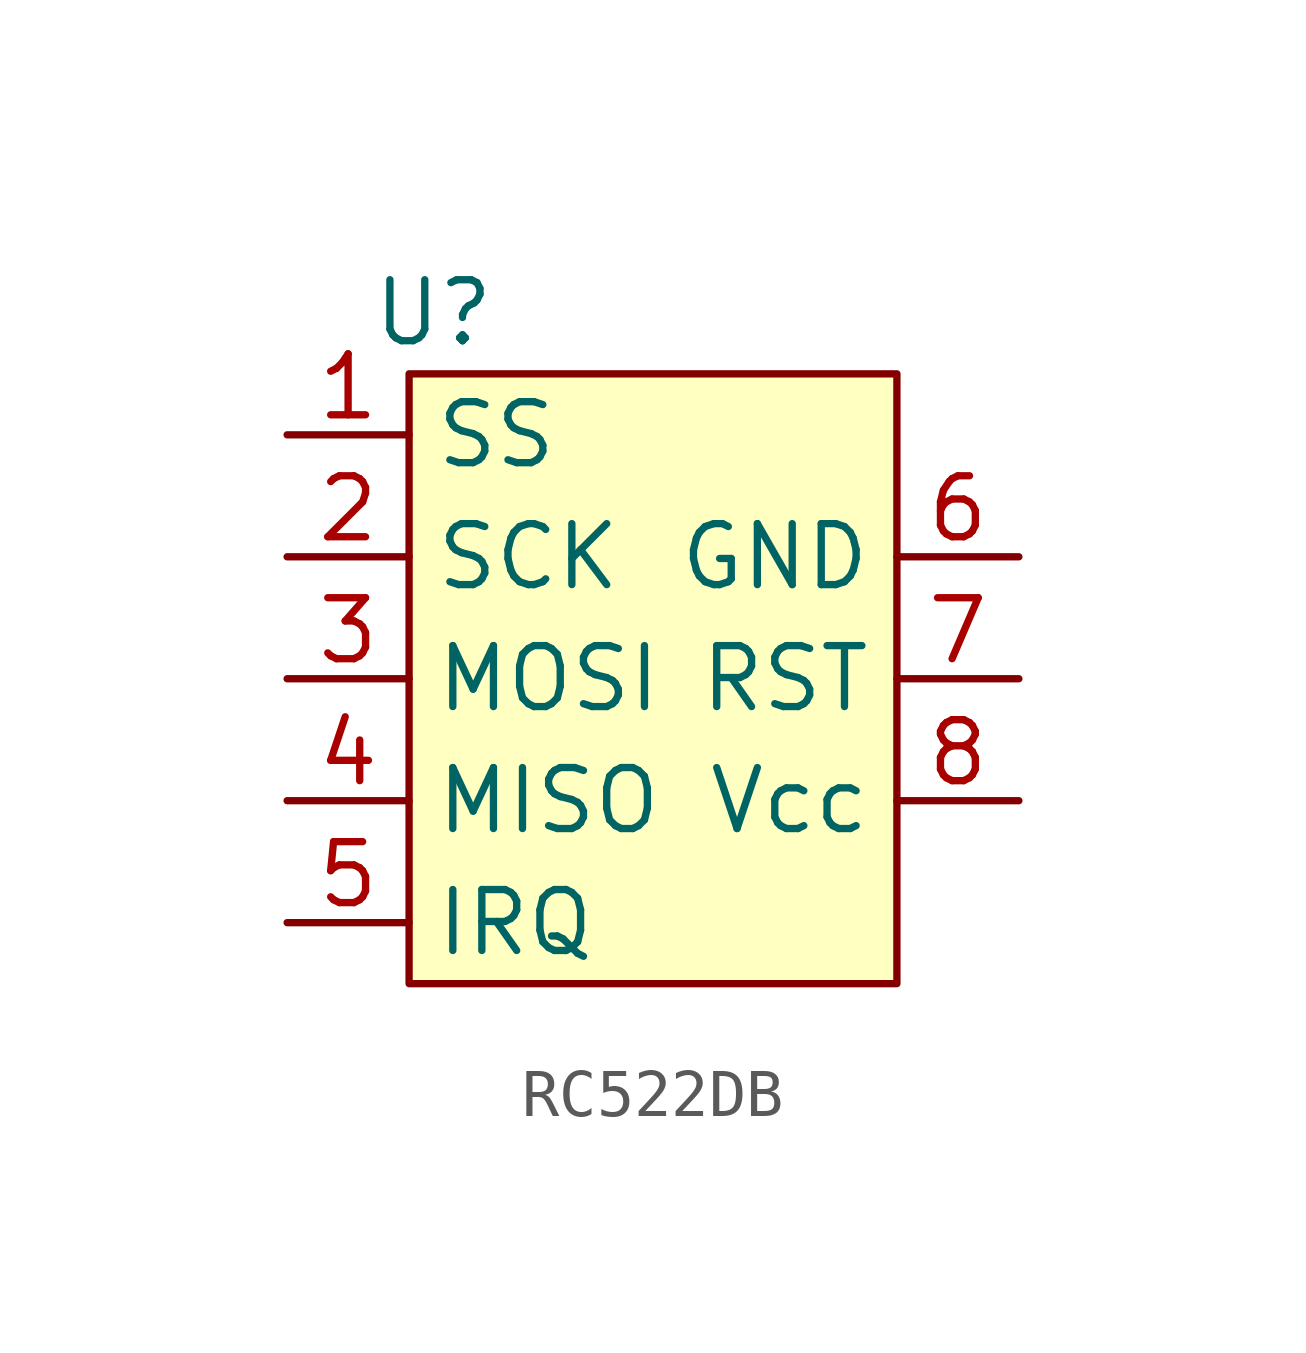
<source format=kicad_sym>
(kicad_symbol_lib
  (version 20231120)
  (generator "kicad_symbol_editor")
  (generator_version "8.0")
  (symbol "RC522DB"
    (property "Reference" "U"
      (at -4.572 7.62 0)
      (effects (font (size 1.27 1.27))))
    (property "Value" ""
      (at 0 0 0)
      (effects (font (size 1.27 1.27))))
    (symbol "RC522DB_1_1"
      (rectangle (start -5.08 6.35) (end 5.08 -6.35) (stroke (width 0) (type default)) (fill (type background)))
      (pin bidirectional line (at -7.62 5.08 0) (length 2.54) (name "SS" (effects (font (size 1.27 1.27)))) (number "1" (effects (font (size 1.27 1.27)))))
      (pin input line (at -7.62 2.54 0) (length 2.54) (name "SCK" (effects (font (size 1.27 1.27)))) (number "2" (effects (font (size 1.27 1.27)))))
      (pin input line (at -7.62 0 0) (length 2.54) (name "MOSI" (effects (font (size 1.27 1.27)))) (number "3" (effects (font (size 1.27 1.27)))))
      (pin output line (at -7.62 -2.54 0) (length 2.54) (name "MISO" (effects (font (size 1.27 1.27)))) (number "4" (effects (font (size 1.27 1.27)))))
      (pin input line (at -7.62 -5.08 0) (length 2.54) (name "IRQ" (effects (font (size 1.27 1.27)))) (number "5" (effects (font (size 1.27 1.27)))))
      (pin power_in line (at 7.62 2.54 180) (length 2.54) (name "GND" (effects (font (size 1.27 1.27)))) (number "6" (effects (font (size 1.27 1.27)))))
      (pin input line (at 7.62 0 180) (length 2.54) (name "RST" (effects (font (size 1.27 1.27)))) (number "7" (effects (font (size 1.27 1.27)))))
      (pin power_in line (at 7.62 -2.54 180) (length 2.54) (name "Vcc" (effects (font (size 1.27 1.27)))) (number "8" (effects (font (size 1.27 1.27))))))))
</source>
